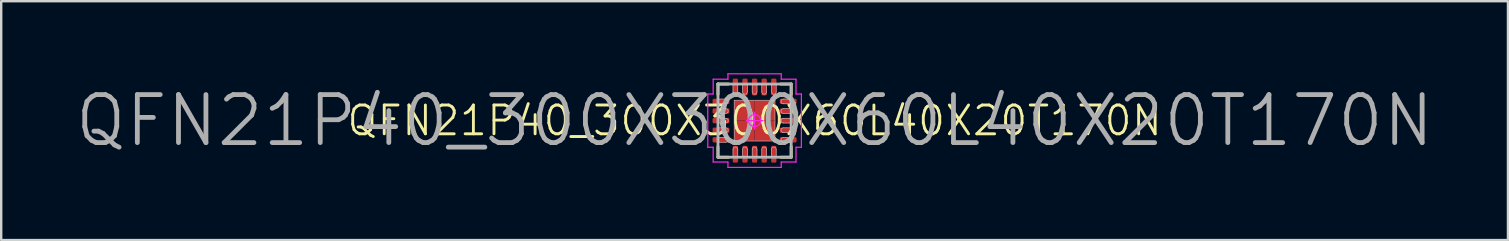
<source format=kicad_pcb>
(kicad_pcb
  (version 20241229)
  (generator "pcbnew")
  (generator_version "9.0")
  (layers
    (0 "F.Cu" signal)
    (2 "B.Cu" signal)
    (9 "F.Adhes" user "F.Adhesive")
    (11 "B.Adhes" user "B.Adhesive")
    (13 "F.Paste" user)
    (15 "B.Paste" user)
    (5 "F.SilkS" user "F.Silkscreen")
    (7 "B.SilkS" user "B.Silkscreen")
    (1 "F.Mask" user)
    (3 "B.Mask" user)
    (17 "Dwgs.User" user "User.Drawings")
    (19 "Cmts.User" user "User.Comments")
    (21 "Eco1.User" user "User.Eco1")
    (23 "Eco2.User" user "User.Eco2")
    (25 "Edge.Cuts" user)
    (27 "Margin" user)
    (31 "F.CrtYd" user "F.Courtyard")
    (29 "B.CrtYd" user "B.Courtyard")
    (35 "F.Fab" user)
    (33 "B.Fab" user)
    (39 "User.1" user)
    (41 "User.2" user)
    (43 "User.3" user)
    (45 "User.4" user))
  (footprint "QFN21P40_300X300X60L40X20T170N"
    (layer "F.Cu")
    (at 28.386 1.975)
    (property "Reference" "QFN21P40_300X300X60L40X20T170N" (at 0 0 0) (layer "F.SilkS") (effects (font (size 1.2 1.2) (thickness 0.12))))
    (attr smd)
    (fp_line (start -1.525 -1.525) (end -1.525 -1.09) (stroke (width 0.12) (type solid)) (layer "F.SilkS"))
    (fp_line (start -1.525 1.525) (end -1.525 1.09) (stroke (width 0.12) (type solid)) (layer "F.SilkS"))
    (fp_line (start -1.09 -1.525) (end -1.525 -1.525) (stroke (width 0.12) (type solid)) (layer "F.SilkS"))
    (fp_line (start -1.09 1.525) (end -1.525 1.525) (stroke (width 0.12) (type solid)) (layer "F.SilkS"))
    (fp_line (start 1.09 -1.525) (end 1.525 -1.525) (stroke (width 0.12) (type solid)) (layer "F.SilkS"))
    (fp_line (start 1.09 1.525) (end 1.525 1.525) (stroke (width 0.12) (type solid)) (layer "F.SilkS"))
    (fp_line (start 1.525 -1.525) (end 1.525 -1.09) (stroke (width 0.12) (type solid)) (layer "F.SilkS"))
    (fp_line (start 1.525 1.525) (end 1.525 1.09) (stroke (width 0.12) (type solid)) (layer "F.SilkS"))
    (fp_line (start -1.5 -1.5) (end 1.5 -1.5) (stroke (width 0.025) (type solid)) (layer "Dwgs.User"))
    (fp_line (start -1.5 -0.9) (end -1.5 -0.7) (stroke (width 0.025) (type solid)) (layer "Dwgs.User"))
    (fp_line (start -1.5 -0.7) (end -1.2 -0.7) (stroke (width 0.025) (type solid)) (layer "Dwgs.User"))
    (fp_line (start -1.5 -0.5) (end -1.5 -0.3) (stroke (width 0.025) (type solid)) (layer "Dwgs.User"))
    (fp_line (start -1.5 -0.3) (end -1.2 -0.3) (stroke (width 0.025) (type solid)) (layer "Dwgs.User"))
    (fp_line (start -1.5 -0.1) (end -1.5 0.1) (stroke (width 0.025) (type solid)) (layer "Dwgs.User"))
    (fp_line (start -1.5 0.1) (end -1.2 0.1) (stroke (width 0.025) (type solid)) (layer "Dwgs.User"))
    (fp_line (start -1.5 0.3) (end -1.5 0.5) (stroke (width 0.025) (type solid)) (layer "Dwgs.User"))
    (fp_line (start -1.5 0.5) (end -1.2 0.5) (stroke (width 0.025) (type solid)) (layer "Dwgs.User"))
    (fp_line (start -1.5 0.7) (end -1.5 0.9) (stroke (width 0.025) (type solid)) (layer "Dwgs.User"))
    (fp_line (start -1.5 0.9) (end -1.2 0.9) (stroke (width 0.025) (type solid)) (layer "Dwgs.User"))
    (fp_line (start -1.5 1.5) (end -1.5 -1.5) (stroke (width 0.025) (type solid)) (layer "Dwgs.User"))
    (fp_line (start -1.2 -0.9) (end -1.5 -0.9) (stroke (width 0.025) (type solid)) (layer "Dwgs.User"))
    (fp_line (start -1.2 -0.5) (end -1.5 -0.5) (stroke (width 0.025) (type solid)) (layer "Dwgs.User"))
    (fp_line (start -1.2 -0.1) (end -1.5 -0.1) (stroke (width 0.025) (type solid)) (layer "Dwgs.User"))
    (fp_line (start -1.2 0.3) (end -1.5 0.3) (stroke (width 0.025) (type solid)) (layer "Dwgs.User"))
    (fp_line (start -1.2 0.7) (end -1.5 0.7) (stroke (width 0.025) (type solid)) (layer "Dwgs.User"))
    (fp_line (start -0.9 -1.5) (end -0.9 -1.2) (stroke (width 0.025) (type solid)) (layer "Dwgs.User"))
    (fp_line (start -0.9 1.2) (end -0.9 1.5) (stroke (width 0.025) (type solid)) (layer "Dwgs.User"))
    (fp_line (start -0.9 1.5) (end -0.7 1.5) (stroke (width 0.025) (type solid)) (layer "Dwgs.User"))
    (fp_line (start -0.85 -0.85) (end 0.85 -0.85) (stroke (width 0.025) (type solid)) (layer "Dwgs.User"))
    (fp_line (start -0.85 0.85) (end -0.85 -0.85) (stroke (width 0.025) (type solid)) (layer "Dwgs.User"))
    (fp_line (start -0.7 -1.5) (end -0.9 -1.5) (stroke (width 0.025) (type solid)) (layer "Dwgs.User"))
    (fp_line (start -0.7 -1.2) (end -0.7 -1.5) (stroke (width 0.025) (type solid)) (layer "Dwgs.User"))
    (fp_line (start -0.7 1.5) (end -0.7 1.2) (stroke (width 0.025) (type solid)) (layer "Dwgs.User"))
    (fp_line (start -0.5 -1.5) (end -0.5 -1.2) (stroke (width 0.025) (type solid)) (layer "Dwgs.User"))
    (fp_line (start -0.5 1.2) (end -0.5 1.5) (stroke (width 0.025) (type solid)) (layer "Dwgs.User"))
    (fp_line (start -0.5 1.5) (end -0.3 1.5) (stroke (width 0.025) (type solid)) (layer "Dwgs.User"))
    (fp_line (start -0.3 -1.5) (end -0.5 -1.5) (stroke (width 0.025) (type solid)) (layer "Dwgs.User"))
    (fp_line (start -0.3 -1.2) (end -0.3 -1.5) (stroke (width 0.025) (type solid)) (layer "Dwgs.User"))
    (fp_line (start -0.3 1.5) (end -0.3 1.2) (stroke (width 0.025) (type solid)) (layer "Dwgs.User"))
    (fp_line (start -0.1 -1.5) (end -0.1 -1.2) (stroke (width 0.025) (type solid)) (layer "Dwgs.User"))
    (fp_line (start -0.1 1.2) (end -0.1 1.5) (stroke (width 0.025) (type solid)) (layer "Dwgs.User"))
    (fp_line (start -0.1 1.5) (end 0.1 1.5) (stroke (width 0.025) (type solid)) (layer "Dwgs.User"))
    (fp_line (start 0.1 -1.5) (end -0.1 -1.5) (stroke (width 0.025) (type solid)) (layer "Dwgs.User"))
    (fp_line (start 0.1 -1.2) (end 0.1 -1.5) (stroke (width 0.025) (type solid)) (layer "Dwgs.User"))
    (fp_line (start 0.1 1.5) (end 0.1 1.2) (stroke (width 0.025) (type solid)) (layer "Dwgs.User"))
    (fp_line (start 0.3 -1.5) (end 0.3 -1.2) (stroke (width 0.025) (type solid)) (layer "Dwgs.User"))
    (fp_line (start 0.3 1.2) (end 0.3 1.5) (stroke (width 0.025) (type solid)) (layer "Dwgs.User"))
    (fp_line (start 0.3 1.5) (end 0.5 1.5) (stroke (width 0.025) (type solid)) (layer "Dwgs.User"))
    (fp_line (start 0.5 -1.5) (end 0.3 -1.5) (stroke (width 0.025) (type solid)) (layer "Dwgs.User"))
    (fp_line (start 0.5 -1.2) (end 0.5 -1.5) (stroke (width 0.025) (type solid)) (layer "Dwgs.User"))
    (fp_line (start 0.5 1.5) (end 0.5 1.2) (stroke (width 0.025) (type solid)) (layer "Dwgs.User"))
    (fp_line (start 0.7 -1.5) (end 0.7 -1.2) (stroke (width 0.025) (type solid)) (layer "Dwgs.User"))
    (fp_line (start 0.7 1.2) (end 0.7 1.5) (stroke (width 0.025) (type solid)) (layer "Dwgs.User"))
    (fp_line (start 0.7 1.5) (end 0.9 1.5) (stroke (width 0.025) (type solid)) (layer "Dwgs.User"))
    (fp_line (start 0.85 -0.85) (end 0.85 0.85) (stroke (width 0.025) (type solid)) (layer "Dwgs.User"))
    (fp_line (start 0.85 0.85) (end -0.85 0.85) (stroke (width 0.025) (type solid)) (layer "Dwgs.User"))
    (fp_line (start 0.9 -1.5) (end 0.7 -1.5) (stroke (width 0.025) (type solid)) (layer "Dwgs.User"))
    (fp_line (start 0.9 -1.2) (end 0.9 -1.5) (stroke (width 0.025) (type solid)) (layer "Dwgs.User"))
    (fp_line (start 0.9 1.5) (end 0.9 1.2) (stroke (width 0.025) (type solid)) (layer "Dwgs.User"))
    (fp_line (start 1.2 -0.7) (end 1.5 -0.7) (stroke (width 0.025) (type solid)) (layer "Dwgs.User"))
    (fp_line (start 1.2 -0.3) (end 1.5 -0.3) (stroke (width 0.025) (type solid)) (layer "Dwgs.User"))
    (fp_line (start 1.2 0.1) (end 1.5 0.1) (stroke (width 0.025) (type solid)) (layer "Dwgs.User"))
    (fp_line (start 1.2 0.5) (end 1.5 0.5) (stroke (width 0.025) (type solid)) (layer "Dwgs.User"))
    (fp_line (start 1.2 0.9) (end 1.5 0.9) (stroke (width 0.025) (type solid)) (layer "Dwgs.User"))
    (fp_line (start 1.5 -1.5) (end 1.5 1.5) (stroke (width 0.025) (type solid)) (layer "Dwgs.User"))
    (fp_line (start 1.5 -0.9) (end 1.2 -0.9) (stroke (width 0.025) (type solid)) (layer "Dwgs.User"))
    (fp_line (start 1.5 -0.7) (end 1.5 -0.9) (stroke (width 0.025) (type solid)) (layer "Dwgs.User"))
    (fp_line (start 1.5 -0.5) (end 1.2 -0.5) (stroke (width 0.025) (type solid)) (layer "Dwgs.User"))
    (fp_line (start 1.5 -0.3) (end 1.5 -0.5) (stroke (width 0.025) (type solid)) (layer "Dwgs.User"))
    (fp_line (start 1.5 -0.1) (end 1.2 -0.1) (stroke (width 0.025) (type solid)) (layer "Dwgs.User"))
    (fp_line (start 1.5 0.1) (end 1.5 -0.1) (stroke (width 0.025) (type solid)) (layer "Dwgs.User"))
    (fp_line (start 1.5 0.3) (end 1.2 0.3) (stroke (width 0.025) (type solid)) (layer "Dwgs.User"))
    (fp_line (start 1.5 0.5) (end 1.5 0.3) (stroke (width 0.025) (type solid)) (layer "Dwgs.User"))
    (fp_line (start 1.5 0.7) (end 1.2 0.7) (stroke (width 0.025) (type solid)) (layer "Dwgs.User"))
    (fp_line (start 1.5 0.9) (end 1.5 0.7) (stroke (width 0.025) (type solid)) (layer "Dwgs.User"))
    (fp_line (start 1.5 1.5) (end -1.5 1.5) (stroke (width 0.025) (type solid)) (layer "Dwgs.User"))
    (fp_arc (start -1.2 -0.9) (mid -1.1 -0.8) (end -1.2 -0.7) (stroke (width 0.025) (type solid)) (layer "Dwgs.User"))
    (fp_arc (start -1.2 -0.5) (mid -1.1 -0.4) (end -1.2 -0.3) (stroke (width 0.025) (type solid)) (layer "Dwgs.User"))
    (fp_arc (start -1.2 -0.1) (mid -1.1 0) (end -1.2 0.1) (stroke (width 0.025) (type solid)) (layer "Dwgs.User"))
    (fp_arc (start -1.2 0.3) (mid -1.1 0.4) (end -1.2 0.5) (stroke (width 0.025) (type solid)) (layer "Dwgs.User"))
    (fp_arc (start -1.2 0.7) (mid -1.1 0.8) (end -1.2 0.9) (stroke (width 0.025) (type solid)) (layer "Dwgs.User"))
    (fp_arc (start -0.9 1.2) (mid -0.8 1.1) (end -0.7 1.2) (stroke (width 0.025) (type solid)) (layer "Dwgs.User"))
    (fp_arc (start -0.7 -1.2) (mid -0.8 -1.1) (end -0.9 -1.2) (stroke (width 0.025) (type solid)) (layer "Dwgs.User"))
    (fp_arc (start -0.5 1.2) (mid -0.4 1.1) (end -0.3 1.2) (stroke (width 0.025) (type solid)) (layer "Dwgs.User"))
    (fp_arc (start -0.3 -1.2) (mid -0.4 -1.1) (end -0.5 -1.2) (stroke (width 0.025) (type solid)) (layer "Dwgs.User"))
    (fp_arc (start -0.1 1.2) (mid 0 1.1) (end 0.1 1.2) (stroke (width 0.025) (type solid)) (layer "Dwgs.User"))
    (fp_arc (start 0.1 -1.2) (mid 0 -1.1) (end -0.1 -1.2) (stroke (width 0.025) (type solid)) (layer "Dwgs.User"))
    (fp_arc (start 0.3 1.2) (mid 0.4 1.1) (end 0.5 1.2) (stroke (width 0.025) (type solid)) (layer "Dwgs.User"))
    (fp_arc (start 0.5 -1.2) (mid 0.4 -1.1) (end 0.3 -1.2) (stroke (width 0.025) (type solid)) (layer "Dwgs.User"))
    (fp_arc (start 0.7 1.2) (mid 0.8 1.1) (end 0.9 1.2) (stroke (width 0.025) (type solid)) (layer "Dwgs.User"))
    (fp_arc (start 0.9 -1.2) (mid 0.8 -1.1) (end 0.7 -1.2) (stroke (width 0.025) (type solid)) (layer "Dwgs.User"))
    (fp_arc (start 1.2 -0.7) (mid 1.1 -0.8) (end 1.2 -0.9) (stroke (width 0.025) (type solid)) (layer "Dwgs.User"))
    (fp_arc (start 1.2 -0.3) (mid 1.1 -0.4) (end 1.2 -0.5) (stroke (width 0.025) (type solid)) (layer "Dwgs.User"))
    (fp_arc (start 1.2 0.1) (mid 1.1 0) (end 1.2 -0.1) (stroke (width 0.025) (type solid)) (layer "Dwgs.User"))
    (fp_arc (start 1.2 0.5) (mid 1.1 0.4) (end 1.2 0.3) (stroke (width 0.025) (type solid)) (layer "Dwgs.User"))
    (fp_arc (start 1.2 0.9) (mid 1.1 0.8) (end 1.2 0.7) (stroke (width 0.025) (type solid)) (layer "Dwgs.User"))
    (fp_line (start -1.95 -1.11) (end -1.95 1.11) (stroke (width 0.05) (type solid)) (layer "F.CrtYd"))
    (fp_line (start -1.95 1.11) (end -1.725 1.11) (stroke (width 0.05) (type solid)) (layer "F.CrtYd"))
    (fp_line (start -1.725 -1.725) (end -1.725 -1.11) (stroke (width 0.05) (type solid)) (layer "F.CrtYd"))
    (fp_line (start -1.725 -1.11) (end -1.95 -1.11) (stroke (width 0.05) (type solid)) (layer "F.CrtYd"))
    (fp_line (start -1.725 1.11) (end -1.725 1.725) (stroke (width 0.05) (type solid)) (layer "F.CrtYd"))
    (fp_line (start -1.725 1.725) (end -1.11 1.725) (stroke (width 0.05) (type solid)) (layer "F.CrtYd"))
    (fp_line (start -1.11 -1.95) (end -1.11 -1.725) (stroke (width 0.05) (type solid)) (layer "F.CrtYd"))
    (fp_line (start -1.11 -1.725) (end -1.725 -1.725) (stroke (width 0.05) (type solid)) (layer "F.CrtYd"))
    (fp_line (start -1.11 1.725) (end -1.11 1.95) (stroke (width 0.05) (type solid)) (layer "F.CrtYd"))
    (fp_line (start -1.11 1.95) (end 1.11 1.95) (stroke (width 0.05) (type solid)) (layer "F.CrtYd"))
    (fp_line (start -0.35 0) (end 0.35 0) (stroke (width 0.05) (type solid)) (layer "F.CrtYd"))
    (fp_line (start 0 -0.35) (end 0 0.35) (stroke (width 0.05) (type solid)) (layer "F.CrtYd"))
    (fp_line (start 1.11 -1.95) (end -1.11 -1.95) (stroke (width 0.05) (type solid)) (layer "F.CrtYd"))
    (fp_line (start 1.11 -1.725) (end 1.11 -1.95) (stroke (width 0.05) (type solid)) (layer "F.CrtYd"))
    (fp_line (start 1.11 1.725) (end 1.725 1.725) (stroke (width 0.05) (type solid)) (layer "F.CrtYd"))
    (fp_line (start 1.11 1.95) (end 1.11 1.725) (stroke (width 0.05) (type solid)) (layer "F.CrtYd"))
    (fp_line (start 1.725 -1.725) (end 1.11 -1.725) (stroke (width 0.05) (type solid)) (layer "F.CrtYd"))
    (fp_line (start 1.725 -1.11) (end 1.725 -1.725) (stroke (width 0.05) (type solid)) (layer "F.CrtYd"))
    (fp_line (start 1.725 1.11) (end 1.95 1.11) (stroke (width 0.05) (type solid)) (layer "F.CrtYd"))
    (fp_line (start 1.725 1.725) (end 1.725 1.11) (stroke (width 0.05) (type solid)) (layer "F.CrtYd"))
    (fp_line (start 1.95 -1.11) (end 1.725 -1.11) (stroke (width 0.05) (type solid)) (layer "F.CrtYd"))
    (fp_line (start 1.95 1.11) (end 1.95 -1.11) (stroke (width 0.05) (type solid)) (layer "F.CrtYd"))
    (fp_circle (center 0 0) (end 0 0.25) (stroke (width 0.05) (type solid)) (fill no) (layer "F.CrtYd"))
    (fp_line (start -1.525 -1.525) (end 1.525 -1.525) (stroke (width 0.12) (type solid)) (layer "F.Fab"))
    (fp_line (start -1.525 1.525) (end -1.525 -1.525) (stroke (width 0.12) (type solid)) (layer "F.Fab"))
    (fp_line (start 1.525 -1.525) (end 1.525 1.525) (stroke (width 0.12) (type solid)) (layer "F.Fab"))
    (fp_line (start 1.525 1.525) (end -1.525 1.525) (stroke (width 0.12) (type solid)) (layer "F.Fab"))
    (fp_text user "${REFERENCE}" (at 0 0 0) (layer "F.Fab") (effects (font (size 2 2) (thickness 0.2))))
    (pad "" smd roundrect (at -0.425 -0.425 90) (size 0.601 0.601) (layers "F.Paste") (roundrect_rratio 0.25))
    (pad "" smd roundrect (at -0.425 0.425 90) (size 0.601 0.601) (layers "F.Paste") (roundrect_rratio 0.25))
    (pad "" smd roundrect (at 0.425 -0.425 90) (size 0.601 0.601) (layers "F.Paste") (roundrect_rratio 0.25))
    (pad "" smd roundrect (at 0.425 0.425 90) (size 0.601 0.601) (layers "F.Paste") (roundrect_rratio 0.25))
    (pad "1" smd roundrect (at -0.8 1.4 90) (size 0.7 0.22) (layers "F.Cu" "F.Mask" "F.Paste") (roundrect_rratio 0.25))
    (pad "2" smd roundrect (at -0.4 1.4 90) (size 0.7 0.22) (layers "F.Cu" "F.Mask" "F.Paste") (roundrect_rratio 0.25))
    (pad "3" smd roundrect (at 0 1.4 90) (size 0.7 0.22) (layers "F.Cu" "F.Mask" "F.Paste") (roundrect_rratio 0.25))
    (pad "4" smd roundrect (at 0.4 1.4 90) (size 0.7 0.22) (layers "F.Cu" "F.Mask" "F.Paste") (roundrect_rratio 0.25))
    (pad "5" smd roundrect (at 0.8 1.4 90) (size 0.7 0.22) (layers "F.Cu" "F.Mask" "F.Paste") (roundrect_rratio 0.25))
    (pad "6" smd roundrect (at 1.4 0.8) (size 0.7 0.22) (layers "F.Cu" "F.Mask" "F.Paste") (roundrect_rratio 0.25))
    (pad "7" smd roundrect (at 1.4 0.4) (size 0.7 0.22) (layers "F.Cu" "F.Mask" "F.Paste") (roundrect_rratio 0.25))
    (pad "8" smd roundrect (at 1.4 0) (size 0.7 0.22) (layers "F.Cu" "F.Mask" "F.Paste") (roundrect_rratio 0.25))
    (pad "9" smd roundrect (at 1.4 -0.4) (size 0.7 0.22) (layers "F.Cu" "F.Mask" "F.Paste") (roundrect_rratio 0.25))
    (pad "10" smd roundrect (at 1.4 -0.8) (size 0.7 0.22) (layers "F.Cu" "F.Mask" "F.Paste") (roundrect_rratio 0.25))
    (pad "11" smd roundrect (at 0.8 -1.4 90) (size 0.7 0.22) (layers "F.Cu" "F.Mask" "F.Paste") (roundrect_rratio 0.25))
    (pad "12" smd roundrect (at 0.4 -1.4 90) (size 0.7 0.22) (layers "F.Cu" "F.Mask" "F.Paste") (roundrect_rratio 0.25))
    (pad "13" smd roundrect (at 0 -1.4 90) (size 0.7 0.22) (layers "F.Cu" "F.Mask" "F.Paste") (roundrect_rratio 0.25))
    (pad "14" smd roundrect (at -0.4 -1.4 90) (size 0.7 0.22) (layers "F.Cu" "F.Mask" "F.Paste") (roundrect_rratio 0.25))
    (pad "15" smd roundrect (at -0.8 -1.4 90) (size 0.7 0.22) (layers "F.Cu" "F.Mask" "F.Paste") (roundrect_rratio 0.25))
    (pad "16" smd roundrect (at -1.4 -0.8) (size 0.7 0.22) (layers "F.Cu" "F.Mask" "F.Paste") (roundrect_rratio 0.25))
    (pad "17" smd roundrect (at -1.4 -0.4) (size 0.7 0.22) (layers "F.Cu" "F.Mask" "F.Paste") (roundrect_rratio 0.25))
    (pad "18" smd roundrect (at -1.4 0) (size 0.7 0.22) (layers "F.Cu" "F.Mask" "F.Paste") (roundrect_rratio 0.25))
    (pad "19" smd roundrect (at -1.4 0.4) (size 0.7 0.22) (layers "F.Cu" "F.Mask" "F.Paste") (roundrect_rratio 0.25))
    (pad "20" smd roundrect (at -1.4 0.8) (size 0.7 0.22) (layers "F.Cu" "F.Mask" "F.Paste") (roundrect_rratio 0.25))
    (pad "21" smd rect (at -0.425 -0.425) (size 0.85 0.85) (layers "F.Cu" "F.Mask" "F.Paste"))
    (pad "21" smd rect (at -0.425 0.425) (size 0.85 0.85) (layers "F.Cu" "F.Mask" "F.Paste"))
    (pad "21" smd rect (at 0.425 -0.425) (size 0.85 0.85) (layers "F.Cu" "F.Mask" "F.Paste"))
    (pad "21" smd rect (at 0.425 0.425) (size 0.85 0.85) (layers "F.Cu" "F.Mask" "F.Paste")))
  (gr_rect
    (start -3 -3)
    (end 59.771 6.95)
    (stroke (width 0.1) (type default))
    (fill no)
    (layer "Edge.Cuts")))
</source>
